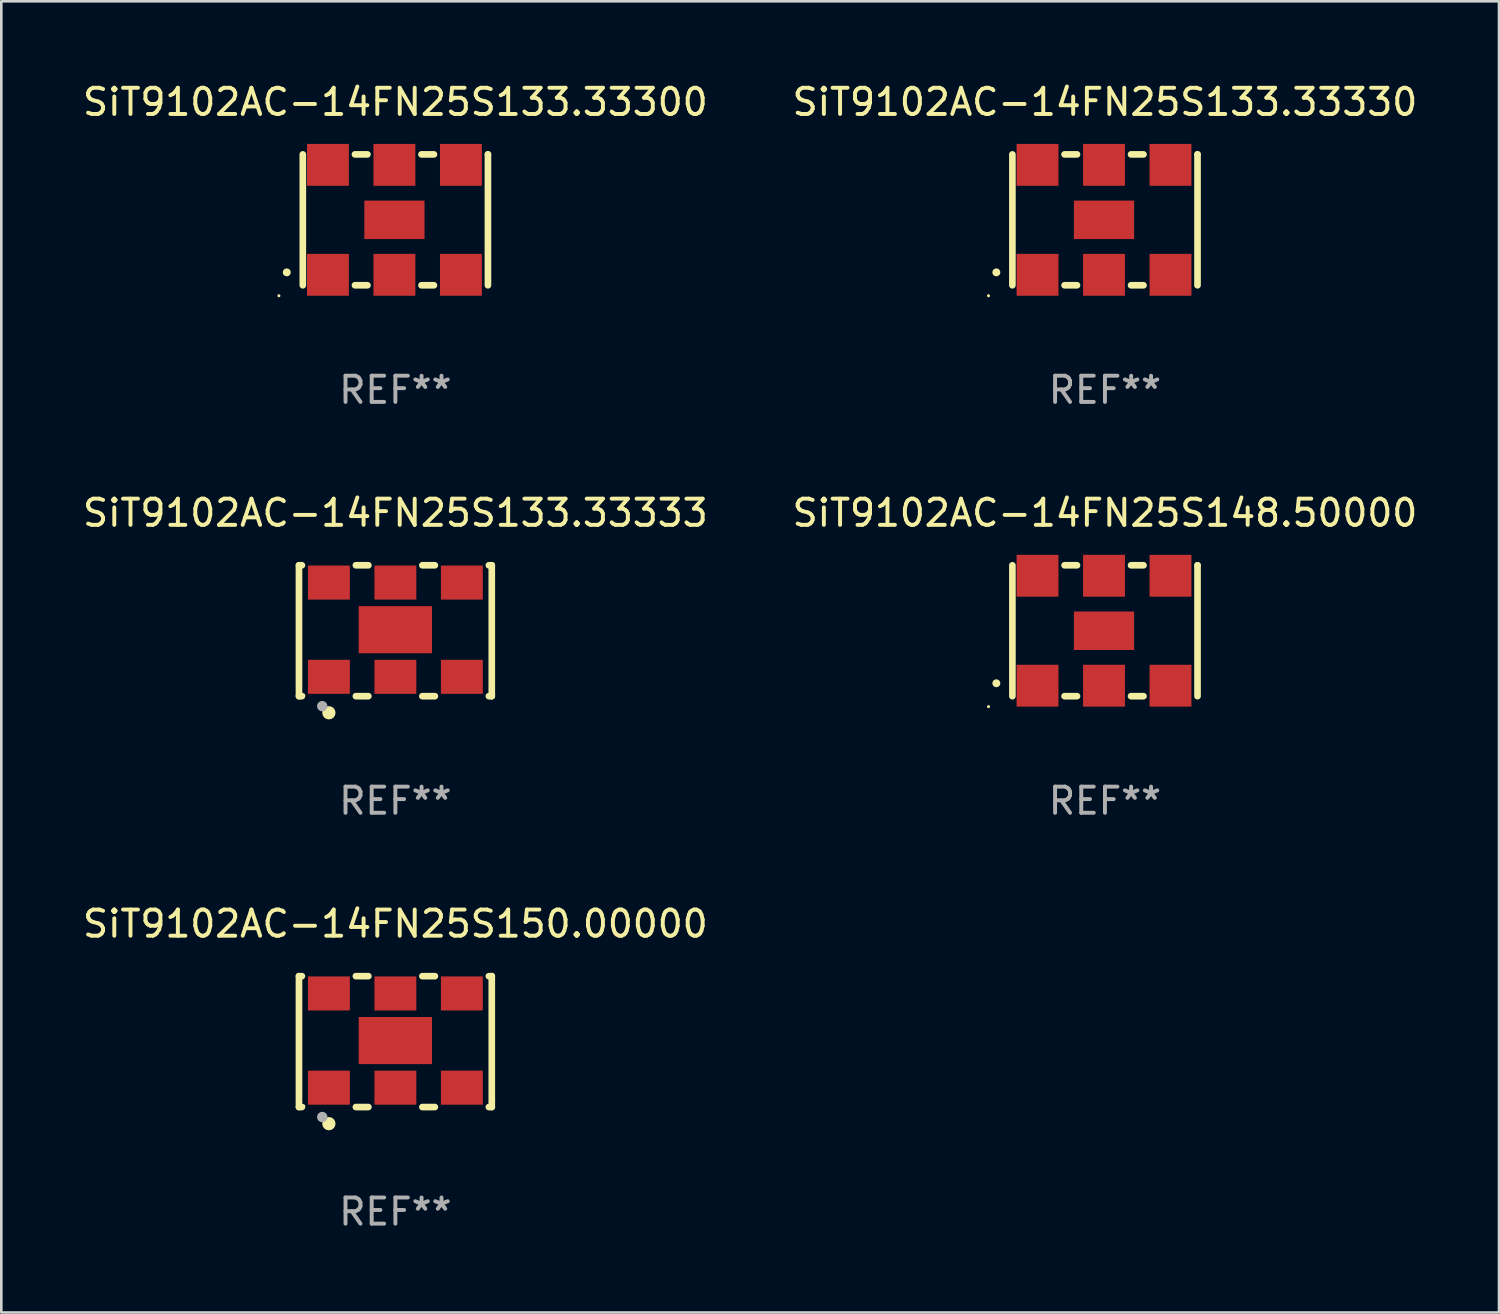
<source format=kicad_pcb>
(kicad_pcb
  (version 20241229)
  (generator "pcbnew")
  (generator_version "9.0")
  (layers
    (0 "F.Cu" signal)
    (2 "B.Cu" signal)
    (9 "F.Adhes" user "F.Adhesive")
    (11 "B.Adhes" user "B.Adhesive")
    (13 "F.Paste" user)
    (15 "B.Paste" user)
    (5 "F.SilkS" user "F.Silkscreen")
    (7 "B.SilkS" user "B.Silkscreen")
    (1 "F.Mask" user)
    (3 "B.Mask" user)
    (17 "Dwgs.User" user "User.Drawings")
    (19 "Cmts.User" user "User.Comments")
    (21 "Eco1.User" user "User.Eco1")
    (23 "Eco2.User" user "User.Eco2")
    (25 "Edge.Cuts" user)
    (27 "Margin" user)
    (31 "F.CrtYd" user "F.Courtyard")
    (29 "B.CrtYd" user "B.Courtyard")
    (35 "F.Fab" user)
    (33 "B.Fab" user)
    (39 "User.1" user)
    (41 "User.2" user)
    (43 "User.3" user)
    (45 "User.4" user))
  (footprint "SiT9102AC-14FN25S148.50000"
    (layer "F.Cu")
    (at 39.161 21.045)
    (property "Reference" "SiT9102AC-14FN25S148.50000" (at 0 -4.5 0) (layer "F.SilkS") (effects (font (size 1 1) (thickness 0.15))))
    (attr through_hole)
    (fp_line (start -3.536 -2.5) (end -3.536 2.5) (stroke (width 0.254) (type solid)) (layer "F.SilkS"))
    (fp_line (start -1.544 2.5) (end -1.067 2.5) (stroke (width 0.254) (type solid)) (layer "F.SilkS"))
    (fp_line (start -1.067 -2.5) (end -1.544 -2.5) (stroke (width 0.254) (type solid)) (layer "F.SilkS"))
    (fp_line (start 0.996 2.5) (end 1.473 2.5) (stroke (width 0.254) (type solid)) (layer "F.SilkS"))
    (fp_line (start 1.473 -2.5) (end 0.996 -2.5) (stroke (width 0.254) (type solid)) (layer "F.SilkS"))
    (fp_line (start 3.536 -2.5) (end 3.536 -2.5) (stroke (width 0.254) (type solid)) (layer "F.SilkS"))
    (fp_line (start 3.536 2.5) (end 3.536 -2.5) (stroke (width 0.254) (type solid)) (layer "F.SilkS"))
    (fp_arc (start -4.150432 2.006604) (mid -4.149162 2.006599) (end -4.147892 2.006604) (stroke (width 0.3) (type solid)) (layer "F.SilkS"))
    (fp_circle (center -4.449 2.9) (end -4.419 2.9) (stroke (width 0.06) (type solid)) (fill no) (layer "F.SilkS"))
    (fp_text user "REF**" (at 0 6.5 0) (layer "F.Fab") (effects (font (size 1 1) (thickness 0.15))))
    (pad "1" smd rect (at -2.576 2.1) (size 1.6 1.6) (layers "F.Cu" "F.Mask" "F.Paste"))
    (pad "2" smd rect (at -0.036 2.1) (size 1.6 1.6) (layers "F.Cu" "F.Mask" "F.Paste"))
    (pad "3" smd rect (at 2.504 2.1) (size 1.6 1.6) (layers "F.Cu" "F.Mask" "F.Paste"))
    (pad "4" smd rect (at 2.504 -2.1) (size 1.6 1.6) (layers "F.Cu" "F.Mask" "F.Paste"))
    (pad "5" smd rect (at -0.036 -2.1) (size 1.6 1.6) (layers "F.Cu" "F.Mask" "F.Paste"))
    (pad "6" smd rect (at -2.576 -2.1) (size 1.6 1.6) (layers "F.Cu" "F.Mask" "F.Paste"))
    (pad "7" smd rect (at -0.036 0) (size 2.3 1.47) (layers "F.Cu" "F.Mask" "F.Paste")))
  (footprint "SiT9102AC-14FN25S150.00000"
    (layer "F.Cu")
    (at 12.054 36.741)
    (property "Reference" "SiT9102AC-14FN25S150.00000" (at 0 -4.5 0) (layer "F.SilkS") (effects (font (size 1 1) (thickness 0.15))))
    (attr through_hole)
    (fp_line (start -3.683 -2.5) (end -3.571 -2.5) (stroke (width 0.254) (type solid)) (layer "F.SilkS"))
    (fp_line (start -3.683 2.5) (end -3.683 -2.5) (stroke (width 0.254) (type solid)) (layer "F.SilkS"))
    (fp_line (start -3.683 2.5) (end -3.571 2.5) (stroke (width 0.254) (type solid)) (layer "F.SilkS"))
    (fp_line (start -1.509 -2.5) (end -1.031 -2.5) (stroke (width 0.254) (type solid)) (layer "F.SilkS"))
    (fp_line (start -1.509 2.5) (end -1.031 2.5) (stroke (width 0.254) (type solid)) (layer "F.SilkS"))
    (fp_line (start 1.031 -2.5) (end 1.509 -2.5) (stroke (width 0.254) (type solid)) (layer "F.SilkS"))
    (fp_line (start 1.031 2.5) (end 1.509 2.5) (stroke (width 0.254) (type solid)) (layer "F.SilkS"))
    (fp_line (start 3.571 -2.5) (end 3.683 -2.5) (stroke (width 0.254) (type solid)) (layer "F.SilkS"))
    (fp_line (start 3.571 2.5) (end 3.683 2.5) (stroke (width 0.254) (type solid)) (layer "F.SilkS"))
    (fp_line (start 3.683 2.5) (end 3.683 -2.5) (stroke (width 0.254) (type solid)) (layer "F.SilkS"))
    (fp_circle (center -3.5 2.46) (end -3.47 2.46) (stroke (width 0.06) (type solid)) (fill no) (layer "F.SilkS"))
    (fp_circle (center -2.54 3.135) (end -2.413 3.135) (stroke (width 0.254) (type solid)) (fill no) (layer "F.SilkS"))
    (fp_circle (center -2.794 2.881) (end -2.694 2.881) (stroke (width 0.2) (type solid)) (fill no) (layer "F.Fab"))
    (fp_text user "REF**" (at 0 6.5 0) (layer "F.Fab") (effects (font (size 1 1) (thickness 0.15))))
    (pad "1" smd rect (at -2.54 1.76) (size 1.6 1.3) (layers "F.Cu" "F.Mask" "F.Paste"))
    (pad "2" smd rect (at 0 1.76) (size 1.6 1.3) (layers "F.Cu" "F.Mask" "F.Paste"))
    (pad "3" smd rect (at 2.54 1.76) (size 1.6 1.3) (layers "F.Cu" "F.Mask" "F.Paste"))
    (pad "4" smd rect (at 2.54 -1.84) (size 1.6 1.3) (layers "F.Cu" "F.Mask" "F.Paste"))
    (pad "5" smd rect (at 0 -1.84) (size 1.6 1.3) (layers "F.Cu" "F.Mask" "F.Paste"))
    (pad "6" smd rect (at -2.54 -1.84) (size 1.6 1.3) (layers "F.Cu" "F.Mask" "F.Paste"))
    (pad "7" smd rect (at 0 -0.04) (size 2.8 1.8) (layers "F.Cu" "F.Mask" "F.Paste")))
  (footprint "SiT9102AC-14FN25S133.33333"
    (layer "F.Cu")
    (at 12.054 21.045)
    (property "Reference" "SiT9102AC-14FN25S133.33333" (at 0 -4.5 0) (layer "F.SilkS") (effects (font (size 1 1) (thickness 0.15))))
    (attr through_hole)
    (fp_line (start -3.683 -2.5) (end -3.571 -2.5) (stroke (width 0.254) (type solid)) (layer "F.SilkS"))
    (fp_line (start -3.683 2.5) (end -3.683 -2.5) (stroke (width 0.254) (type solid)) (layer "F.SilkS"))
    (fp_line (start -3.683 2.5) (end -3.571 2.5) (stroke (width 0.254) (type solid)) (layer "F.SilkS"))
    (fp_line (start -1.509 -2.5) (end -1.031 -2.5) (stroke (width 0.254) (type solid)) (layer "F.SilkS"))
    (fp_line (start -1.509 2.5) (end -1.031 2.5) (stroke (width 0.254) (type solid)) (layer "F.SilkS"))
    (fp_line (start 1.031 -2.5) (end 1.509 -2.5) (stroke (width 0.254) (type solid)) (layer "F.SilkS"))
    (fp_line (start 1.031 2.5) (end 1.509 2.5) (stroke (width 0.254) (type solid)) (layer "F.SilkS"))
    (fp_line (start 3.571 -2.5) (end 3.683 -2.5) (stroke (width 0.254) (type solid)) (layer "F.SilkS"))
    (fp_line (start 3.571 2.5) (end 3.683 2.5) (stroke (width 0.254) (type solid)) (layer "F.SilkS"))
    (fp_line (start 3.683 2.5) (end 3.683 -2.5) (stroke (width 0.254) (type solid)) (layer "F.SilkS"))
    (fp_circle (center -3.5 2.46) (end -3.47 2.46) (stroke (width 0.06) (type solid)) (fill no) (layer "F.SilkS"))
    (fp_circle (center -2.54 3.135) (end -2.413 3.135) (stroke (width 0.254) (type solid)) (fill no) (layer "F.SilkS"))
    (fp_circle (center -2.794 2.881) (end -2.694 2.881) (stroke (width 0.2) (type solid)) (fill no) (layer "F.Fab"))
    (fp_text user "REF**" (at 0 6.5 0) (layer "F.Fab") (effects (font (size 1 1) (thickness 0.15))))
    (pad "1" smd rect (at -2.54 1.76) (size 1.6 1.3) (layers "F.Cu" "F.Mask" "F.Paste"))
    (pad "2" smd rect (at 0 1.76) (size 1.6 1.3) (layers "F.Cu" "F.Mask" "F.Paste"))
    (pad "3" smd rect (at 2.54 1.76) (size 1.6 1.3) (layers "F.Cu" "F.Mask" "F.Paste"))
    (pad "4" smd rect (at 2.54 -1.84) (size 1.6 1.3) (layers "F.Cu" "F.Mask" "F.Paste"))
    (pad "5" smd rect (at 0 -1.84) (size 1.6 1.3) (layers "F.Cu" "F.Mask" "F.Paste"))
    (pad "6" smd rect (at -2.54 -1.84) (size 1.6 1.3) (layers "F.Cu" "F.Mask" "F.Paste"))
    (pad "7" smd rect (at 0 -0.04) (size 2.8 1.8) (layers "F.Cu" "F.Mask" "F.Paste")))
  (footprint "SiT9102AC-14FN25S133.33300"
    (layer "F.Cu")
    (at 12.054 5.348)
    (property "Reference" "SiT9102AC-14FN25S133.33300" (at 0 -4.5 0) (layer "F.SilkS") (effects (font (size 1 1) (thickness 0.15))))
    (attr through_hole)
    (fp_line (start -3.536 -2.5) (end -3.536 2.5) (stroke (width 0.254) (type solid)) (layer "F.SilkS"))
    (fp_line (start -1.544 2.5) (end -1.067 2.5) (stroke (width 0.254) (type solid)) (layer "F.SilkS"))
    (fp_line (start -1.067 -2.5) (end -1.544 -2.5) (stroke (width 0.254) (type solid)) (layer "F.SilkS"))
    (fp_line (start 0.996 2.5) (end 1.473 2.5) (stroke (width 0.254) (type solid)) (layer "F.SilkS"))
    (fp_line (start 1.473 -2.5) (end 0.996 -2.5) (stroke (width 0.254) (type solid)) (layer "F.SilkS"))
    (fp_line (start 3.536 -2.5) (end 3.536 -2.5) (stroke (width 0.254) (type solid)) (layer "F.SilkS"))
    (fp_line (start 3.536 2.5) (end 3.536 -2.5) (stroke (width 0.254) (type solid)) (layer "F.SilkS"))
    (fp_arc (start -4.150432 2.006604) (mid -4.149162 2.006599) (end -4.147892 2.006604) (stroke (width 0.3) (type solid)) (layer "F.SilkS"))
    (fp_circle (center -4.449 2.9) (end -4.419 2.9) (stroke (width 0.06) (type solid)) (fill no) (layer "F.SilkS"))
    (fp_text user "REF**" (at 0 6.5 0) (layer "F.Fab") (effects (font (size 1 1) (thickness 0.15))))
    (pad "1" smd rect (at -2.576 2.1) (size 1.6 1.6) (layers "F.Cu" "F.Mask" "F.Paste"))
    (pad "2" smd rect (at -0.036 2.1) (size 1.6 1.6) (layers "F.Cu" "F.Mask" "F.Paste"))
    (pad "3" smd rect (at 2.504 2.1) (size 1.6 1.6) (layers "F.Cu" "F.Mask" "F.Paste"))
    (pad "4" smd rect (at 2.504 -2.1) (size 1.6 1.6) (layers "F.Cu" "F.Mask" "F.Paste"))
    (pad "5" smd rect (at -0.036 -2.1) (size 1.6 1.6) (layers "F.Cu" "F.Mask" "F.Paste"))
    (pad "6" smd rect (at -2.576 -2.1) (size 1.6 1.6) (layers "F.Cu" "F.Mask" "F.Paste"))
    (pad "7" smd rect (at -0.036 0) (size 2.3 1.47) (layers "F.Cu" "F.Mask" "F.Paste")))
  (footprint "SiT9102AC-14FN25S133.33330"
    (layer "F.Cu")
    (at 39.161 5.348)
    (property "Reference" "SiT9102AC-14FN25S133.33330" (at 0 -4.5 0) (layer "F.SilkS") (effects (font (size 1 1) (thickness 0.15))))
    (attr through_hole)
    (fp_line (start -3.536 -2.5) (end -3.536 2.5) (stroke (width 0.254) (type solid)) (layer "F.SilkS"))
    (fp_line (start -1.544 2.5) (end -1.067 2.5) (stroke (width 0.254) (type solid)) (layer "F.SilkS"))
    (fp_line (start -1.067 -2.5) (end -1.544 -2.5) (stroke (width 0.254) (type solid)) (layer "F.SilkS"))
    (fp_line (start 0.996 2.5) (end 1.473 2.5) (stroke (width 0.254) (type solid)) (layer "F.SilkS"))
    (fp_line (start 1.473 -2.5) (end 0.996 -2.5) (stroke (width 0.254) (type solid)) (layer "F.SilkS"))
    (fp_line (start 3.536 -2.5) (end 3.536 -2.5) (stroke (width 0.254) (type solid)) (layer "F.SilkS"))
    (fp_line (start 3.536 2.5) (end 3.536 -2.5) (stroke (width 0.254) (type solid)) (layer "F.SilkS"))
    (fp_arc (start -4.150432 2.006604) (mid -4.149162 2.006599) (end -4.147892 2.006604) (stroke (width 0.3) (type solid)) (layer "F.SilkS"))
    (fp_circle (center -4.449 2.9) (end -4.419 2.9) (stroke (width 0.06) (type solid)) (fill no) (layer "F.SilkS"))
    (fp_text user "REF**" (at 0 6.5 0) (layer "F.Fab") (effects (font (size 1 1) (thickness 0.15))))
    (pad "1" smd rect (at -2.576 2.1) (size 1.6 1.6) (layers "F.Cu" "F.Mask" "F.Paste"))
    (pad "2" smd rect (at -0.036 2.1) (size 1.6 1.6) (layers "F.Cu" "F.Mask" "F.Paste"))
    (pad "3" smd rect (at 2.504 2.1) (size 1.6 1.6) (layers "F.Cu" "F.Mask" "F.Paste"))
    (pad "4" smd rect (at 2.504 -2.1) (size 1.6 1.6) (layers "F.Cu" "F.Mask" "F.Paste"))
    (pad "5" smd rect (at -0.036 -2.1) (size 1.6 1.6) (layers "F.Cu" "F.Mask" "F.Paste"))
    (pad "6" smd rect (at -2.576 -2.1) (size 1.6 1.6) (layers "F.Cu" "F.Mask" "F.Paste"))
    (pad "7" smd rect (at -0.036 0) (size 2.3 1.47) (layers "F.Cu" "F.Mask" "F.Paste")))
  (gr_rect
    (start -3 -3)
    (end 54.214 47.09)
    (stroke (width 0.1) (type default))
    (fill no)
    (layer "Edge.Cuts")))
</source>
